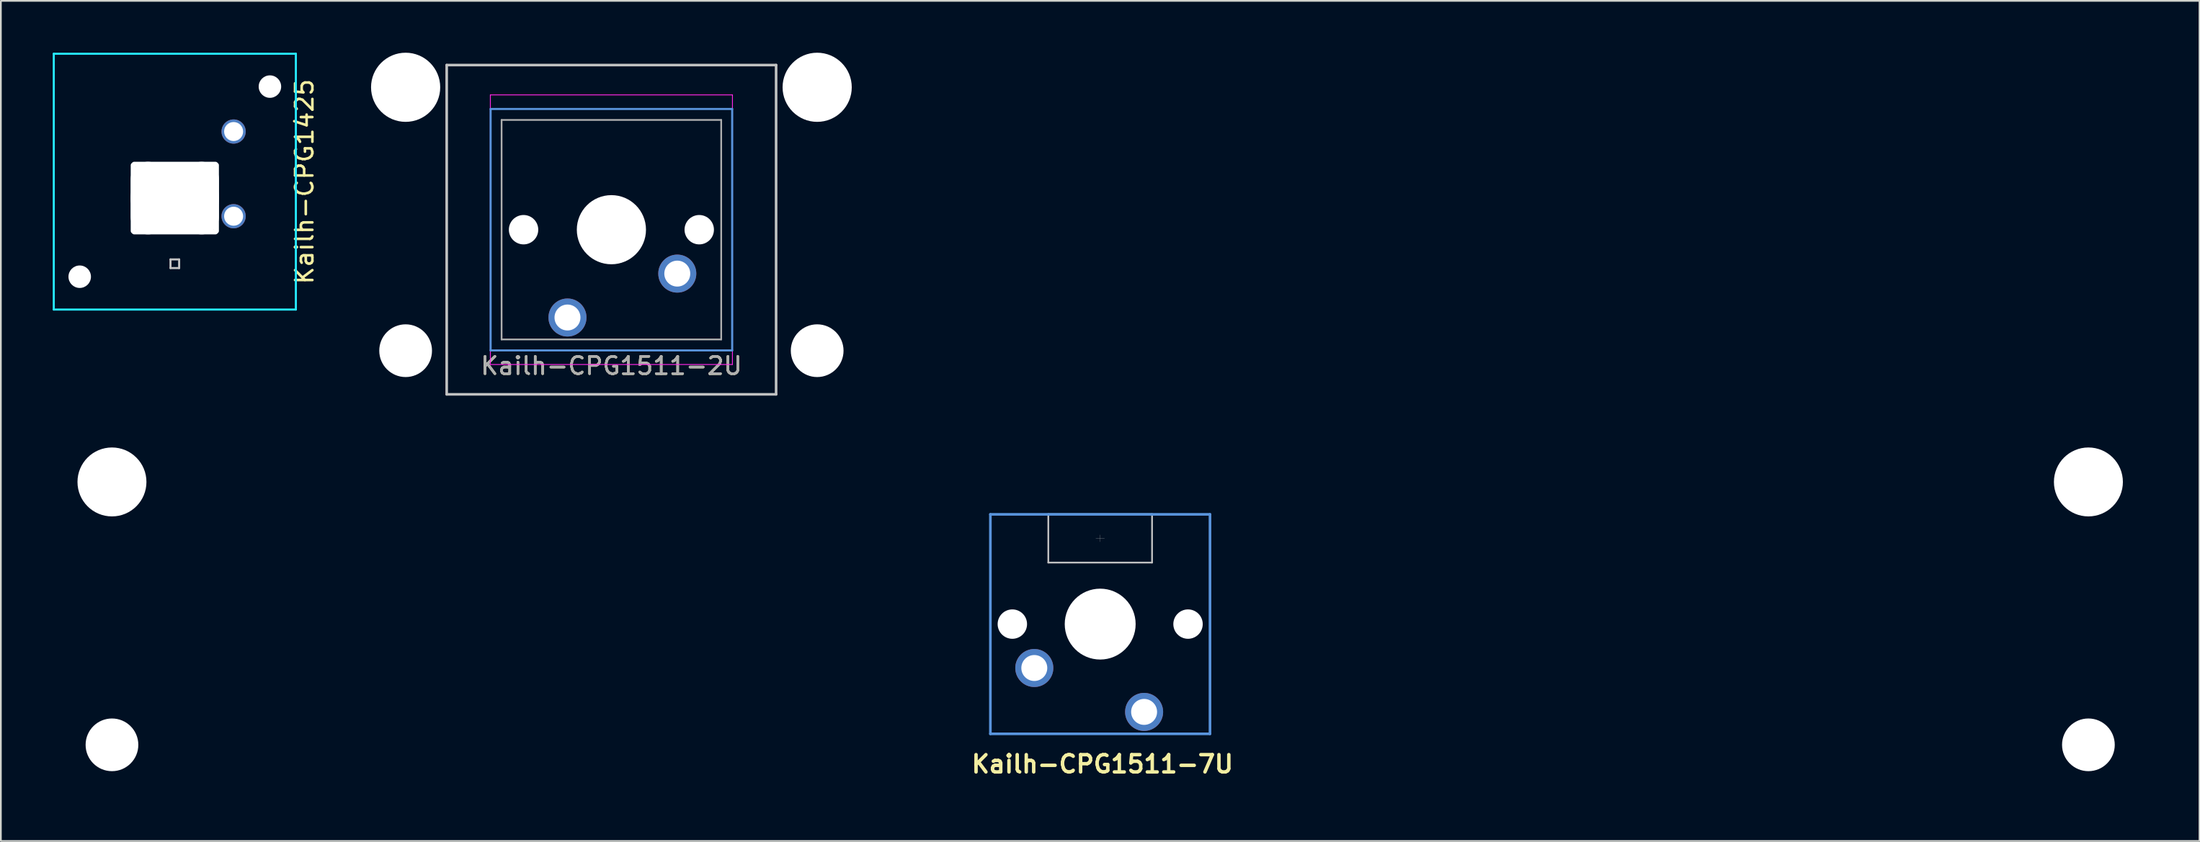
<source format=kicad_pcb>
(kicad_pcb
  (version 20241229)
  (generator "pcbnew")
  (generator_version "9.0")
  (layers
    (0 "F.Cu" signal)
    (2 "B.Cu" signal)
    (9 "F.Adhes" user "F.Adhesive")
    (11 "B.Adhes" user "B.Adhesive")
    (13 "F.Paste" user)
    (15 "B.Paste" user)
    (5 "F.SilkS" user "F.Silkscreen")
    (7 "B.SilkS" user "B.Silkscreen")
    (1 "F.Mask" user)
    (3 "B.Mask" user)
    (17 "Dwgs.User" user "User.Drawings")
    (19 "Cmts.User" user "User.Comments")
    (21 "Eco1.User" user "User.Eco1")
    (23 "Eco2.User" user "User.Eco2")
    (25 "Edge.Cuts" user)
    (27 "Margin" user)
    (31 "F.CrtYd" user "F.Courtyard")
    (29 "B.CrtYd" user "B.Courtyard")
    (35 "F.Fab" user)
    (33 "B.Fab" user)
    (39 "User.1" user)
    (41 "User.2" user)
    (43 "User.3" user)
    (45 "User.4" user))
  (footprint "Kailh-CPG1511-2U"
    (layer "F.Cu")
    (at 32.308 10.24)
    (property "Reference" "Kailh-CPG1511-2U" (at 0 7.874 180) (layer "F.SilkS") (effects (font (size 1 1) (thickness 0.15))))
    (attr through_hole)
    (fp_line (start -9.525 -9.525) (end 9.525 -9.525) (stroke (width 0.15) (type solid)) (layer "Dwgs.User"))
    (fp_line (start -9.525 9.525) (end -9.525 -9.525) (stroke (width 0.15) (type solid)) (layer "Dwgs.User"))
    (fp_line (start 9.525 -9.525) (end 9.525 9.525) (stroke (width 0.15) (type solid)) (layer "Dwgs.User"))
    (fp_line (start 9.525 9.525) (end -9.525 9.525) (stroke (width 0.15) (type solid)) (layer "Dwgs.User"))
    (fp_line (start -6.985 -6.985) (end 6.985 -6.985) (stroke (width 0.12) (type solid)) (layer "Cmts.User"))
    (fp_line (start -6.985 6.985) (end -6.985 -6.985) (stroke (width 0.12) (type solid)) (layer "Cmts.User"))
    (fp_line (start 6.985 -6.985) (end 6.985 6.985) (stroke (width 0.12) (type solid)) (layer "Cmts.User"))
    (fp_line (start 6.985 6.985) (end -6.985 6.985) (stroke (width 0.12) (type solid)) (layer "Cmts.User"))
    (fp_line (start -7 -7.8) (end 7 -7.8) (stroke (width 0.05) (type solid)) (layer "F.CrtYd"))
    (fp_line (start -7 7.8) (end -7 -7.8) (stroke (width 0.05) (type solid)) (layer "F.CrtYd"))
    (fp_line (start 7 -7.8) (end 7 7.8) (stroke (width 0.05) (type solid)) (layer "F.CrtYd"))
    (fp_line (start 7 7.8) (end -7 7.8) (stroke (width 0.05) (type solid)) (layer "F.CrtYd"))
    (fp_line (start -6.35 -6.35) (end 6.35 -6.35) (stroke (width 0.1) (type solid)) (layer "F.Fab"))
    (fp_line (start -6.35 6.35) (end -6.35 -6.35) (stroke (width 0.1) (type solid)) (layer "F.Fab"))
    (fp_line (start 6.35 -6.35) (end 6.35 6.35) (stroke (width 0.1) (type solid)) (layer "F.Fab"))
    (fp_line (start 6.35 6.35) (end -6.35 6.35) (stroke (width 0.1) (type solid)) (layer "F.Fab"))
    (fp_text user "${REFERENCE}" (at 0 7.874 180) (layer "F.Fab") (effects (font (size 1 1) (thickness 0.15))))
    (pad "" np_thru_hole circle (at -11.9 -8.24) (size 4 4) (drill 4) (layers "*.Cu" "*.Mask"))
    (pad "" np_thru_hole circle (at -11.9 7) (size 3.05 3.05) (drill 3.05) (layers "*.Cu" "*.Mask"))
    (pad "" np_thru_hole circle (at -5.08 0 180) (size 1.7 1.7) (drill 1.7) (layers "*.Cu" "*.Mask"))
    (pad "" np_thru_hole circle (at 0 0 180) (size 4 4) (drill 4) (layers "*.Cu" "*.Mask"))
    (pad "" np_thru_hole circle (at 5.08 0 180) (size 1.7 1.7) (drill 1.7) (layers "*.Cu" "*.Mask"))
    (pad "" np_thru_hole circle (at 11.9 -8.24) (size 4 4) (drill 4) (layers "*.Cu" "*.Mask"))
    (pad "" np_thru_hole circle (at 11.9 7) (size 3.05 3.05) (drill 3.05) (layers "*.Cu" "*.Mask"))
    (pad "1" thru_hole circle (at -2.54 5.08 180) (size 2.2 2.2) (drill 1.5) (layers "*.Cu" "*.Mask"))
    (pad "2" thru_hole circle (at 3.81 2.54 180) (size 2.2 2.2) (drill 1.5) (layers "*.Cu" "*.Mask")))
  (footprint "Kailh-CPG1425"
    (layer "F.Cu")
    (at 7.06 7.46)
    (property "Reference" "Kailh-CPG1425" (at 7.5 0 270) (layer "F.SilkS") (effects (font (size 1 1) (thickness 0.15))))
    (attr smd)
    (fp_line (start -0.25 4.5) (end -0.25 5) (stroke (width 0.12) (type solid)) (layer "Dwgs.User"))
    (fp_line (start -0.25 5) (end 0.25 5) (stroke (width 0.12) (type solid)) (layer "Dwgs.User"))
    (fp_line (start 0.25 4.5) (end -0.25 4.5) (stroke (width 0.12) (type solid)) (layer "Dwgs.User"))
    (fp_line (start 0.25 5) (end 0.25 4.5) (stroke (width 0.12) (type solid)) (layer "Dwgs.User"))
    (fp_line (start -2.5 -1.1) (end -2.5 3) (stroke (width 0.12) (type solid)) (layer "Eco2.User"))
    (fp_line (start -2.5 3) (end 2.5 3) (stroke (width 0.12) (type solid)) (layer "Eco2.User"))
    (fp_line (start 2.5 -1.1) (end -2.5 -1.1) (stroke (width 0.12) (type solid)) (layer "Eco2.User"))
    (fp_line (start 2.5 3) (end 2.5 -1.1) (stroke (width 0.12) (type solid)) (layer "Eco2.User"))
    (fp_line (start -7 -7.4) (end 7 -7.4) (stroke (width 0.12) (type solid)) (layer "B.CrtYd"))
    (fp_line (start -7 7.4) (end -7 -7.4) (stroke (width 0.12) (type solid)) (layer "B.CrtYd"))
    (fp_line (start 7 -7.4) (end 7 7.4) (stroke (width 0.12) (type solid)) (layer "B.CrtYd"))
    (fp_line (start 7 7.4) (end -7 7.4) (stroke (width 0.12) (type solid)) (layer "B.CrtYd"))
    (pad "" np_thru_hole circle (at -5.5 5.5 90) (size 1.3 1.3) (drill 1.3) (layers "*.Cu" "*.Mask"))
    (pad "" np_thru_hole oval (at -2.4 0.95 90) (size 4.1 0.3) (drill oval 4.1 0.3) (layers "*.Cu" "*.Mask"))
    (pad "" np_thru_hole oval (at -1.55 0.95 90) (size 4.2 2) (drill oval 4.2 2) (layers "*.Cu" "*.Mask"))
    (pad "" np_thru_hole oval (at 0 -1 90) (size 0.3 5) (drill oval 0.3 5) (layers "*.Cu" "*.Mask"))
    (pad "" np_thru_hole oval (at 0 0.95 90) (size 4.1 5.1) (drill oval 4.1 5.1) (layers "*.Cu" "*.Mask"))
    (pad "" np_thru_hole oval (at 0 2.9 90) (size 0.3 5) (drill oval 0.3 5) (layers "*.Cu" "*.Mask"))
    (pad "" np_thru_hole oval (at 1.55 0.95 90) (size 4.2 2) (drill oval 4.2 2) (layers "*.Cu" "*.Mask"))
    (pad "" np_thru_hole oval (at 2.4 0.95 90) (size 4.1 0.3) (drill oval 4.1 0.3) (layers "*.Cu" "*.Mask"))
    (pad "" np_thru_hole circle (at 5.5 -5.5 90) (size 1.3 1.3) (drill 1.3) (layers "*.Cu" "*.Mask"))
    (pad "1" thru_hole circle (at 3.4 2 270) (size 1.4 1.4) (drill 1.1) (layers "*.Cu" "*.Mask"))
    (pad "2" thru_hole circle (at 3.4 -2.9 270) (size 1.4 1.4) (drill 1.1) (layers "*.Cu" "*.Mask")))
  (footprint "Kailh-CPG1511-7U"
    (layer "F.Cu")
    (at 60.575 33.059)
    (property "Reference" "Kailh-CPG1511-7U" (at 0.13 8.1 180) (layer "F.SilkS") (effects (font (size 1 1) (thickness 0.2))))
    (attr smd)
    (fp_line (start -9.55 0) (end -9.5 -0.1) (stroke (width 0.001) (type solid)) (layer "Dwgs.User"))
    (fp_line (start -9.55 0) (end -9.5 0.1) (stroke (width 0.001) (type solid)) (layer "Dwgs.User"))
    (fp_line (start -9.5 -9.5) (end 9.5 -9.5) (stroke (width 0.001) (type solid)) (layer "Dwgs.User"))
    (fp_line (start -9.5 0) (end -9.55 0) (stroke (width 0.001) (type solid)) (layer "Dwgs.User"))
    (fp_line (start -9.5 9.5) (end -9.5 -9.5) (stroke (width 0.001) (type solid)) (layer "Dwgs.User"))
    (fp_line (start -3 -6.36) (end 3 -6.36) (stroke (width 0.1) (type solid)) (layer "Dwgs.User"))
    (fp_line (start -3 -3.56) (end -3 -6.36) (stroke (width 0.1) (type solid)) (layer "Dwgs.User"))
    (fp_line (start 0 -9.55) (end -0.1 -9.5) (stroke (width 0.001) (type solid)) (layer "Dwgs.User"))
    (fp_line (start 0 -9.55) (end 0.1 -9.5) (stroke (width 0.001) (type solid)) (layer "Dwgs.User"))
    (fp_line (start 0 -9.5) (end 0 -9.55) (stroke (width 0.001) (type solid)) (layer "Dwgs.User"))
    (fp_line (start 0 -5.16) (end 0 -4.76) (stroke (width 0.01) (type solid)) (layer "Dwgs.User"))
    (fp_line (start 0 9.5) (end 0 9.55) (stroke (width 0.001) (type solid)) (layer "Dwgs.User"))
    (fp_line (start 0 9.55) (end -0.1 9.5) (stroke (width 0.001) (type solid)) (layer "Dwgs.User"))
    (fp_line (start 0 9.55) (end 0.1 9.5) (stroke (width 0.001) (type solid)) (layer "Dwgs.User"))
    (fp_line (start 0.25 -4.96) (end -0.25 -4.96) (stroke (width 0.01) (type solid)) (layer "Dwgs.User"))
    (fp_line (start 3 -3.56) (end -3 -3.56) (stroke (width 0.1) (type solid)) (layer "Dwgs.User"))
    (fp_line (start 3 -3.56) (end 3 -6.36) (stroke (width 0.1) (type solid)) (layer "Dwgs.User"))
    (fp_line (start 9.5 -9.5) (end 9.5 9.5) (stroke (width 0.001) (type solid)) (layer "Dwgs.User"))
    (fp_line (start 9.5 0) (end 9.55 0) (stroke (width 0.001) (type solid)) (layer "Dwgs.User"))
    (fp_line (start 9.5 9.5) (end -9.5 9.5) (stroke (width 0.001) (type solid)) (layer "Dwgs.User"))
    (fp_line (start 9.55 0) (end 9.5 -0.1) (stroke (width 0.001) (type solid)) (layer "Dwgs.User"))
    (fp_line (start 9.55 0) (end 9.5 0.1) (stroke (width 0.001) (type solid)) (layer "Dwgs.User"))
    (fp_line (start -6.35 -6.35) (end 6.35 -6.35) (stroke (width 0.152) (type solid)) (layer "Cmts.User"))
    (fp_line (start -6.35 6.35) (end -6.35 -6.35) (stroke (width 0.152) (type solid)) (layer "Cmts.User"))
    (fp_line (start -1 0) (end 1 0) (stroke (width 0.001) (type solid)) (layer "Cmts.User"))
    (fp_line (start 0 -1) (end 0 1) (stroke (width 0.001) (type solid)) (layer "Cmts.User"))
    (fp_line (start 6.35 -6.35) (end 6.35 6.35) (stroke (width 0.152) (type solid)) (layer "Cmts.User"))
    (fp_line (start 6.35 6.35) (end -6.35 6.35) (stroke (width 0.152) (type solid)) (layer "Cmts.User"))
    (fp_line (start -60.525 -6.77) (end -60.525 5.53) (stroke (width 0.1) (type solid)) (layer "Eco1.User"))
    (fp_line (start -60.525 5.53) (end -53.775 5.53) (stroke (width 0.1) (type solid)) (layer "Eco1.User"))
    (fp_line (start -53.775 -6.77) (end -60.525 -6.77) (stroke (width 0.1) (type solid)) (layer "Eco1.User"))
    (fp_line (start -53.775 5.53) (end -53.775 -6.77) (stroke (width 0.1) (type solid)) (layer "Eco1.User"))
    (fp_line (start -7.8 -6.985) (end 7.8 -6.985) (stroke (width 0.152) (type solid)) (layer "Eco1.User"))
    (fp_line (start -7.8 6.985) (end -7.8 -6.985) (stroke (width 0.152) (type solid)) (layer "Eco1.User"))
    (fp_line (start 7.8 -6.985) (end 7.8 6.985) (stroke (width 0.152) (type solid)) (layer "Eco1.User"))
    (fp_line (start 7.8 6.985) (end -7.8 6.985) (stroke (width 0.152) (type solid)) (layer "Eco1.User"))
    (fp_line (start 53.775 -6.77) (end 53.775 5.53) (stroke (width 0.1) (type solid)) (layer "Eco1.User"))
    (fp_line (start 53.775 5.53) (end 60.525 5.53) (stroke (width 0.1) (type solid)) (layer "Eco1.User"))
    (fp_line (start 60.525 -6.77) (end 53.775 -6.77) (stroke (width 0.1) (type solid)) (layer "Eco1.User"))
    (fp_line (start 60.525 5.53) (end 60.525 -6.77) (stroke (width 0.1) (type solid)) (layer "Eco1.User"))
    (fp_line (start -7 -7) (end 7 -7) (stroke (width 0.01) (type solid)) (layer "Eco2.User"))
    (fp_line (start -7 7) (end -7 -7) (stroke (width 0.01) (type solid)) (layer "Eco2.User"))
    (fp_line (start 7 -7) (end 7 7) (stroke (width 0.01) (type solid)) (layer "Eco2.User"))
    (fp_line (start 7 7) (end -7 7) (stroke (width 0.01) (type solid)) (layer "Eco2.User"))
    (pad "" np_thru_hole circle (at -57.15 -8.225 180) (size 3.988 3.988) (drill 3.988) (layers "*.Cu" "*.Mask"))
    (pad "" np_thru_hole circle (at -57.15 6.985 180) (size 3.048 3.048) (drill 3.048) (layers "*.Cu" "*.Mask"))
    (pad "" np_thru_hole circle (at -5.08 0 180) (size 1.7 1.7) (drill 1.7) (layers "*.Cu" "*.Mask"))
    (pad "" np_thru_hole circle (at 0 0 180) (size 4.1 4.1) (drill 4.1) (layers "*.Cu" "*.Mask"))
    (pad "" np_thru_hole circle (at 5.08 0 180) (size 1.7 1.7) (drill 1.7) (layers "*.Cu" "*.Mask"))
    (pad "" np_thru_hole circle (at 57.15 -8.225 180) (size 3.988 3.988) (drill 3.988) (layers "*.Cu" "*.Mask"))
    (pad "" np_thru_hole circle (at 57.15 6.985 180) (size 3.048 3.048) (drill 3.048) (layers "*.Cu" "*.Mask"))
    (pad "1" thru_hole circle (at 2.54 5.08 180) (size 2.2 2.2) (drill 1.5) (layers "*.Cu" "F.Mask"))
    (pad "2" thru_hole circle (at -3.81 2.54 180) (size 2.2 2.2) (drill 1.5) (layers "*.Cu" "F.Mask")))
  (gr_rect
    (start -3 -3)
    (end 124.15 45.609)
    (stroke (width 0.1) (type default))
    (fill no)
    (layer "Edge.Cuts")))
</source>
